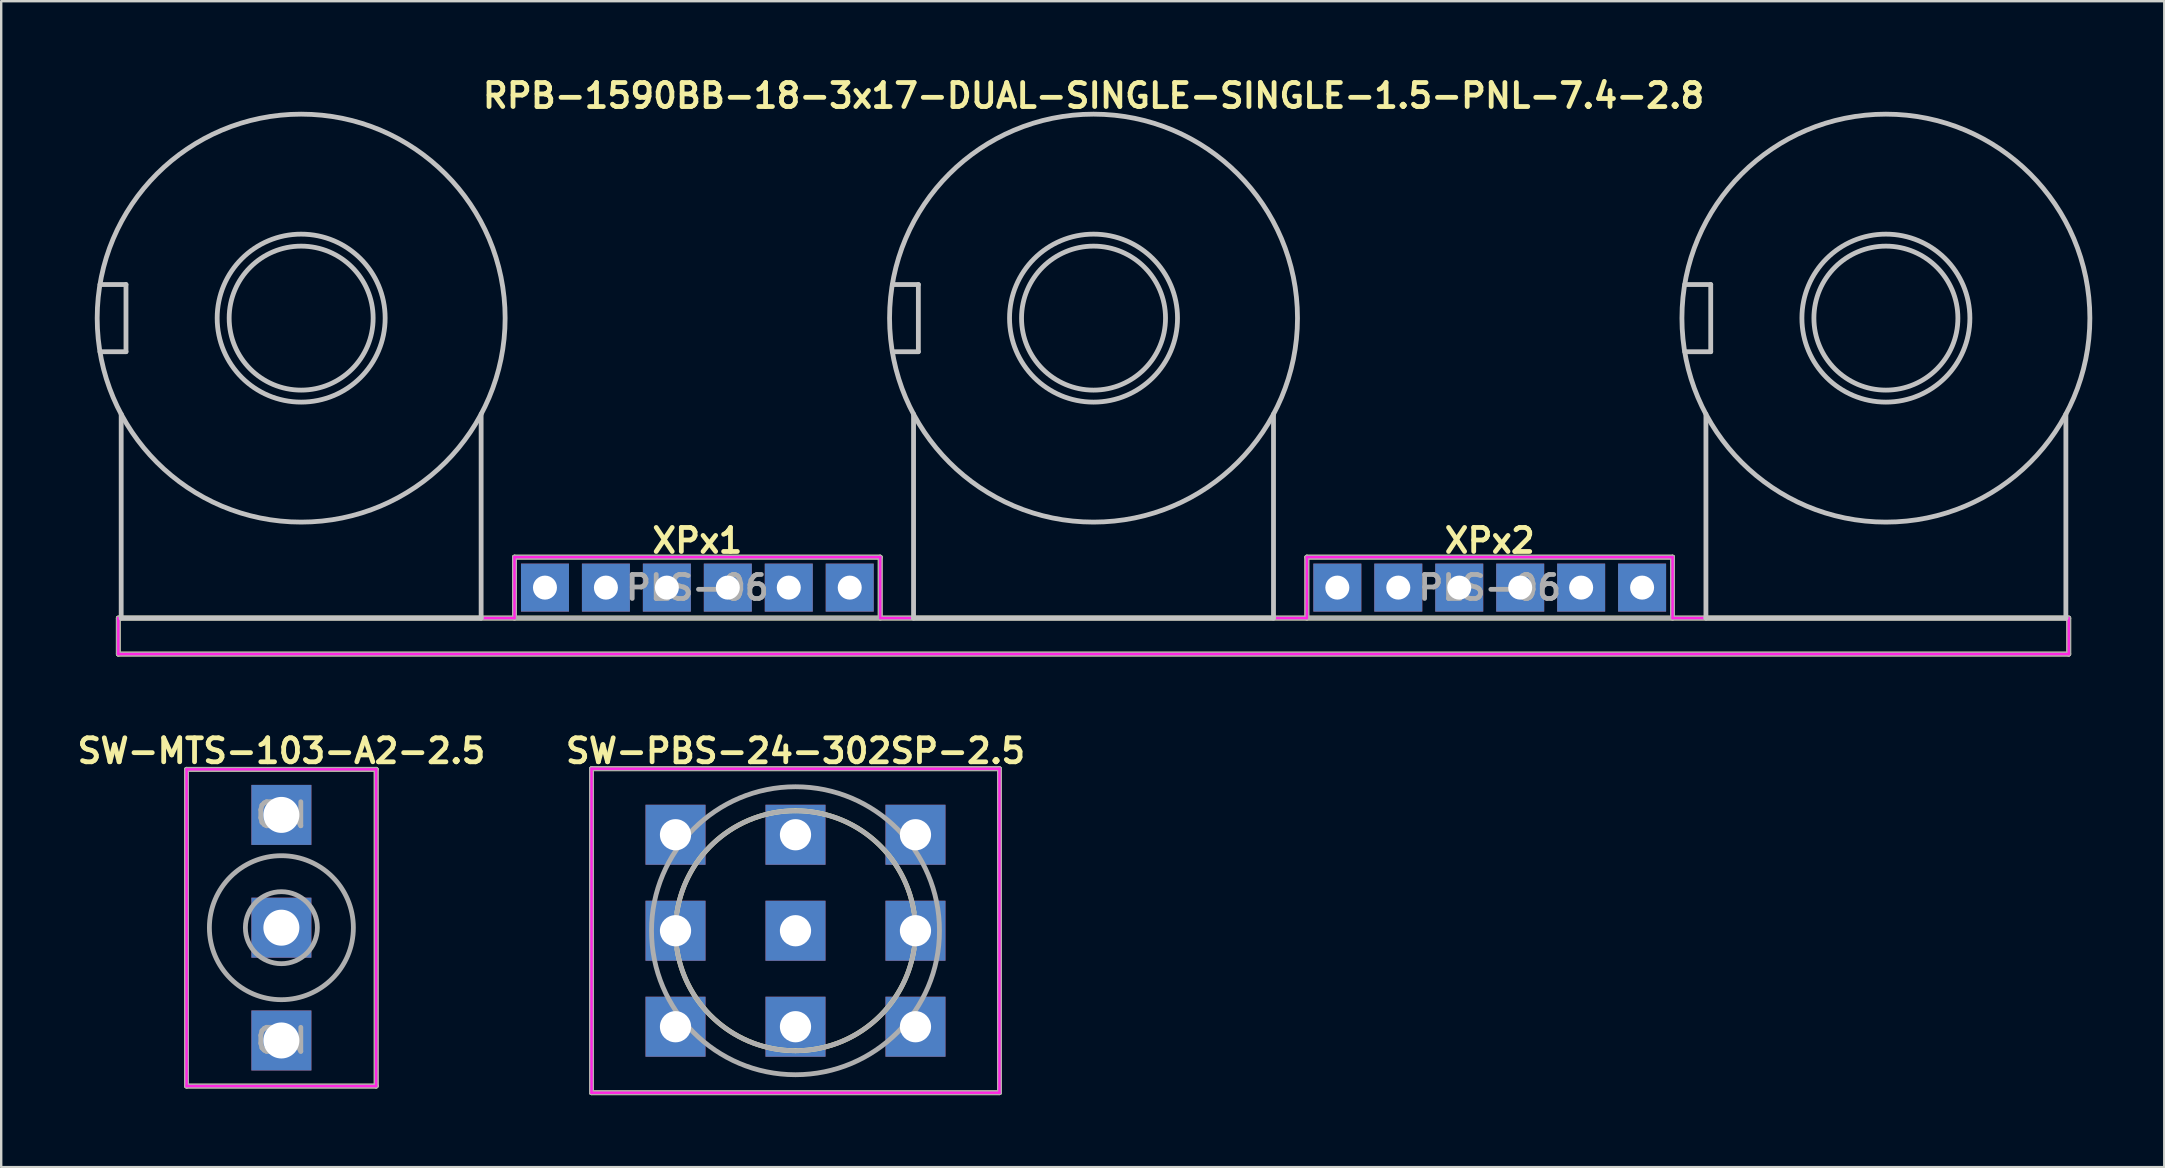
<source format=kicad_pcb>
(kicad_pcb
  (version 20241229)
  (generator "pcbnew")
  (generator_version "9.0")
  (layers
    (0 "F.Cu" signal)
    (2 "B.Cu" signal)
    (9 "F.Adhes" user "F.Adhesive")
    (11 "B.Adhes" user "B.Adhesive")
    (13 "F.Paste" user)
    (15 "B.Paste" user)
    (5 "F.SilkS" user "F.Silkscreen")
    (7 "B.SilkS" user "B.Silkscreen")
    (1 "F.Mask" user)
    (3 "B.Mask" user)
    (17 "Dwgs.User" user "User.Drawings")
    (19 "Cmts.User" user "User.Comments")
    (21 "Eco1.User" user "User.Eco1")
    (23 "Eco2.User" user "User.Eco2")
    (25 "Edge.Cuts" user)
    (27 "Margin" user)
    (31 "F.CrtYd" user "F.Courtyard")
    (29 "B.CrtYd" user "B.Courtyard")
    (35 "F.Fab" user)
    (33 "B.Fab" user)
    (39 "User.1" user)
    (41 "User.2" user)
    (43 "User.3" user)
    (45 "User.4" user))
  (footprint "RPB-1590BB-18-3x17-DUAL-SINGLE-SINGLE-1.5-PNL-7.4-2.8"
    (layer "F.Cu")
    (at 42.52 10.207)
    (property "Reference" "RPB-1590BB-18-3x17-DUAL-SINGLE-SINGLE-1.5-PNL-7.4-2.8" (at 0 -9.271 0) (layer "F.SilkS") (effects (font (size 1 1) (thickness 0.2))))
    (attr through_hole)
    (fp_line (start -40.64 12.5) (end -40.64 14) (stroke (width 0.2) (type solid)) (layer "F.SilkS"))
    (fp_line (start -40.64 12.5) (end 40.64 12.5) (stroke (width 0.2) (type solid)) (layer "F.SilkS"))
    (fp_line (start -40.64 14) (end 40.64 14) (stroke (width 0.2) (type solid)) (layer "F.SilkS"))
    (fp_line (start -24.13 9.96) (end -24.13 12.5) (stroke (width 0.2) (type solid)) (layer "F.SilkS"))
    (fp_line (start -24.13 9.96) (end -8.89 9.96) (stroke (width 0.2) (type solid)) (layer "F.SilkS"))
    (fp_line (start -8.89 9.96) (end -8.89 12.5) (stroke (width 0.2) (type solid)) (layer "F.SilkS"))
    (fp_line (start 8.89 9.96) (end 8.89 12.5) (stroke (width 0.2) (type solid)) (layer "F.SilkS"))
    (fp_line (start 8.89 9.96) (end 24.13 9.96) (stroke (width 0.2) (type solid)) (layer "F.SilkS"))
    (fp_line (start 24.13 9.96) (end 24.13 12.5) (stroke (width 0.2) (type solid)) (layer "F.SilkS"))
    (fp_line (start 40.64 12.5) (end 40.64 14) (stroke (width 0.2) (type solid)) (layer "F.SilkS"))
    (fp_line (start -41.404 -1.4) (end -40.32 -1.4) (stroke (width 0.2) (type solid)) (layer "Dwgs.User"))
    (fp_line (start -41.404 1.4) (end -40.32 1.4) (stroke (width 0.2) (type solid)) (layer "Dwgs.User"))
    (fp_line (start -40.52 4) (end -40.52 12.5) (stroke (width 0.2) (type solid)) (layer "Dwgs.User"))
    (fp_line (start -40.52 12.5) (end -25.52 12.5) (stroke (width 0.2) (type solid)) (layer "Dwgs.User"))
    (fp_line (start -40.32 -1.4) (end -40.32 1.4) (stroke (width 0.2) (type solid)) (layer "Dwgs.User"))
    (fp_line (start -25.52 4) (end -25.52 12.5) (stroke (width 0.2) (type solid)) (layer "Dwgs.User"))
    (fp_line (start -8.384 -1.4) (end -7.3 -1.4) (stroke (width 0.2) (type solid)) (layer "Dwgs.User"))
    (fp_line (start -8.384 1.4) (end -7.3 1.4) (stroke (width 0.2) (type solid)) (layer "Dwgs.User"))
    (fp_line (start -7.5 4) (end -7.5 12.5) (stroke (width 0.2) (type solid)) (layer "Dwgs.User"))
    (fp_line (start -7.5 12.5) (end 7.5 12.5) (stroke (width 0.2) (type solid)) (layer "Dwgs.User"))
    (fp_line (start -7.3 -1.4) (end -7.3 1.4) (stroke (width 0.2) (type solid)) (layer "Dwgs.User"))
    (fp_line (start 7.5 4) (end 7.5 12.5) (stroke (width 0.2) (type solid)) (layer "Dwgs.User"))
    (fp_line (start 24.636 -1.4) (end 25.72 -1.4) (stroke (width 0.2) (type solid)) (layer "Dwgs.User"))
    (fp_line (start 24.636 1.4) (end 25.72 1.4) (stroke (width 0.2) (type solid)) (layer "Dwgs.User"))
    (fp_line (start 25.52 4) (end 25.52 12.5) (stroke (width 0.2) (type solid)) (layer "Dwgs.User"))
    (fp_line (start 25.52 12.5) (end 40.52 12.5) (stroke (width 0.2) (type solid)) (layer "Dwgs.User"))
    (fp_line (start 25.72 -1.4) (end 25.72 1.4) (stroke (width 0.2) (type solid)) (layer "Dwgs.User"))
    (fp_line (start 40.52 4) (end 40.52 12.5) (stroke (width 0.2) (type solid)) (layer "Dwgs.User"))
    (fp_circle (center -33.02 0) (end -30.02 0) (stroke (width 0.2) (type solid)) (fill no) (layer "Dwgs.User"))
    (fp_circle (center -33.02 0) (end -29.52 0) (stroke (width 0.2) (type solid)) (fill no) (layer "Dwgs.User"))
    (fp_circle (center -33.02 0) (end -24.52 0) (stroke (width 0.2) (type solid)) (fill no) (layer "Dwgs.User"))
    (fp_circle (center 0 0) (end 3 0) (stroke (width 0.2) (type solid)) (fill no) (layer "Dwgs.User"))
    (fp_circle (center 0 0) (end 3.5 0) (stroke (width 0.2) (type solid)) (fill no) (layer "Dwgs.User"))
    (fp_circle (center 0 0) (end 8.5 0) (stroke (width 0.2) (type solid)) (fill no) (layer "Dwgs.User"))
    (fp_circle (center 33.02 0) (end 36.02 0) (stroke (width 0.2) (type solid)) (fill no) (layer "Dwgs.User"))
    (fp_circle (center 33.02 0) (end 36.52 0) (stroke (width 0.2) (type solid)) (fill no) (layer "Dwgs.User"))
    (fp_circle (center 33.02 0) (end 41.52 0) (stroke (width 0.2) (type solid)) (fill no) (layer "Dwgs.User"))
    (fp_circle (center -40.92 0) (end -39.52 0) (stroke (width 0.4) (type solid)) (fill no) (layer "Eco1.User"))
    (fp_circle (center -33.02 0) (end -29.32 0) (stroke (width 0.4) (type solid)) (fill no) (layer "Eco1.User"))
    (fp_circle (center -7.9 0) (end -6.5 0) (stroke (width 0.4) (type solid)) (fill no) (layer "Eco1.User"))
    (fp_circle (center 0 0) (end 3.7 0) (stroke (width 0.4) (type solid)) (fill no) (layer "Eco1.User"))
    (fp_circle (center 25.12 0) (end 26.52 0) (stroke (width 0.4) (type solid)) (fill no) (layer "Eco1.User"))
    (fp_circle (center 33.02 0) (end 36.72 0) (stroke (width 0.4) (type solid)) (fill no) (layer "Eco1.User"))
    (fp_line (start -40.64 12.5) (end -40.64 14) (stroke (width 0.1) (type solid)) (layer "F.CrtYd"))
    (fp_line (start -40.64 12.5) (end -24.13 12.5) (stroke (width 0.1) (type solid)) (layer "F.CrtYd"))
    (fp_line (start -40.64 14) (end 40.64 14) (stroke (width 0.1) (type solid)) (layer "F.CrtYd"))
    (fp_line (start -24.13 9.96) (end -24.13 12.5) (stroke (width 0.1) (type solid)) (layer "F.CrtYd"))
    (fp_line (start -24.13 9.96) (end -8.89 9.96) (stroke (width 0.1) (type solid)) (layer "F.CrtYd"))
    (fp_line (start -8.89 9.96) (end -8.89 12.5) (stroke (width 0.1) (type solid)) (layer "F.CrtYd"))
    (fp_line (start -8.89 12.5) (end 8.89 12.5) (stroke (width 0.1) (type solid)) (layer "F.CrtYd"))
    (fp_line (start 8.89 9.96) (end 8.89 12.5) (stroke (width 0.1) (type solid)) (layer "F.CrtYd"))
    (fp_line (start 8.89 9.96) (end 24.13 9.96) (stroke (width 0.1) (type solid)) (layer "F.CrtYd"))
    (fp_line (start 24.13 9.96) (end 24.13 12.5) (stroke (width 0.1) (type solid)) (layer "F.CrtYd"))
    (fp_line (start 24.13 12.5) (end 40.64 12.5) (stroke (width 0.1) (type solid)) (layer "F.CrtYd"))
    (fp_line (start 40.64 12.5) (end 40.64 14) (stroke (width 0.1) (type solid)) (layer "F.CrtYd"))
    (fp_line (start -40.64 12.5) (end -40.64 14) (stroke (width 0.2) (type solid)) (layer "F.Fab"))
    (fp_line (start -40.64 12.5) (end 40.64 12.5) (stroke (width 0.2) (type solid)) (layer "F.Fab"))
    (fp_line (start -40.64 14) (end 40.64 14) (stroke (width 0.2) (type solid)) (layer "F.Fab"))
    (fp_line (start -24.13 9.96) (end -24.13 12.5) (stroke (width 0.2) (type solid)) (layer "F.Fab"))
    (fp_line (start -24.13 9.96) (end -8.89 9.96) (stroke (width 0.2) (type solid)) (layer "F.Fab"))
    (fp_line (start -8.89 9.96) (end -8.89 12.5) (stroke (width 0.2) (type solid)) (layer "F.Fab"))
    (fp_line (start 8.89 9.96) (end 8.89 12.5) (stroke (width 0.2) (type solid)) (layer "F.Fab"))
    (fp_line (start 8.89 9.96) (end 24.13 9.96) (stroke (width 0.2) (type solid)) (layer "F.Fab"))
    (fp_line (start 24.13 9.96) (end 24.13 12.5) (stroke (width 0.2) (type solid)) (layer "F.Fab"))
    (fp_line (start 40.64 12.5) (end 40.64 14) (stroke (width 0.2) (type solid)) (layer "F.Fab"))
    (fp_text user "XPx1" (at -16.51 9.271 0) (layer "F.SilkS") (effects (font (size 1 1) (thickness 0.2))))
    (fp_text user "XPx2" (at 16.51 9.271 0) (layer "F.SilkS") (effects (font (size 1 1) (thickness 0.2))))
    (fp_text user "PLS-06" (at 16.51 11.23 0) (layer "F.Fab") (effects (font (size 1 1) (thickness 0.2))))
    (fp_text user "PLS-06" (at -16.51 11.23 0) (layer "F.Fab") (effects (font (size 1 1) (thickness 0.2))))
    (pad "11" thru_hole rect (at -12.7 11.23) (size 2 2) (drill 1) (layers "B.Cu" "B.Mask"))
    (pad "12" thru_hole rect (at -17.78 11.23) (size 2 2) (drill 1) (layers "B.Cu" "B.Mask"))
    (pad "13" thru_hole rect (at -22.86 11.23) (size 2 2) (drill 1) (layers "B.Cu" "B.Mask"))
    (pad "14" thru_hole rect (at -10.16 11.23) (size 2 2) (drill 1) (layers "B.Cu" "B.Mask"))
    (pad "15" thru_hole rect (at -15.24 11.23) (size 2 2) (drill 1) (layers "B.Cu" "B.Mask"))
    (pad "16" thru_hole rect (at -20.32 11.23) (size 2 2) (drill 1) (layers "B.Cu" "B.Mask"))
    (pad "21" thru_hole rect (at 15.24 11.23) (size 2 2) (drill 1) (layers "B.Cu" "B.Mask"))
    (pad "22" thru_hole rect (at 12.7 11.23) (size 2 2) (drill 1) (layers "B.Cu" "B.Mask"))
    (pad "23" thru_hole rect (at 10.16 11.23) (size 2 2) (drill 1) (layers "B.Cu" "B.Mask"))
    (pad "31" thru_hole rect (at 22.86 11.23) (size 2 2) (drill 1) (layers "B.Cu" "B.Mask"))
    (pad "32" thru_hole rect (at 20.32 11.23) (size 2 2) (drill 1) (layers "B.Cu" "B.Mask"))
    (pad "33" thru_hole rect (at 17.78 11.23) (size 2 2) (drill 1) (layers "B.Cu" "B.Mask")))
  (footprint "SW-PBS-24-302SP-2.5"
    (layer "F.Cu")
    (at 30.1 35.736)
    (property "Reference" "SW-PBS-24-302SP-2.5" (at 0 -7.493 0) (layer "F.SilkS") (effects (font (size 1 1) (thickness 0.2))))
    (attr through_hole)
    (fp_line (start -8.5 -6.75) (end -8.5 6.75) (stroke (width 0.2) (type solid)) (layer "F.SilkS"))
    (fp_line (start -8.5 -6.75) (end 8.5 -6.75) (stroke (width 0.2) (type solid)) (layer "F.SilkS"))
    (fp_line (start -8.5 6.75) (end 8.5 6.75) (stroke (width 0.2) (type solid)) (layer "F.SilkS"))
    (fp_line (start 8.5 -6.75) (end 8.5 6.75) (stroke (width 0.2) (type solid)) (layer "F.SilkS"))
    (fp_arc (start -4.941858 -0.760286) (mid -3.255654 -3.794827) (end 0 -5) (stroke (width 0.2) (type solid)) (layer "F.SilkS"))
    (fp_arc (start 0 -5) (mid 3.257183 -3.793516) (end 4.942469 -0.756304) (stroke (width 0.2) (type solid)) (layer "F.SilkS"))
    (fp_arc (start 0 5) (mid -3.255654 3.794827) (end -4.941858 0.760286) (stroke (width 0.2) (type solid)) (layer "F.SilkS"))
    (fp_arc (start 4.942469 0.756304) (mid 3.257183 3.793515) (end 0 5) (stroke (width 0.2) (type solid)) (layer "F.SilkS"))
    (fp_circle (center 0 0) (end 6.5 0) (stroke (width 0.4) (type solid)) (fill no) (layer "Eco1.User"))
    (fp_line (start -8.5 -6.75) (end -8.5 6.75) (stroke (width 0.1) (type solid)) (layer "F.CrtYd"))
    (fp_line (start -8.5 -6.75) (end 8.5 -6.75) (stroke (width 0.1) (type solid)) (layer "F.CrtYd"))
    (fp_line (start -8.5 6.75) (end 8.5 6.75) (stroke (width 0.1) (type solid)) (layer "F.CrtYd"))
    (fp_line (start 8.5 -6.75) (end 8.5 6.75) (stroke (width 0.1) (type solid)) (layer "F.CrtYd"))
    (fp_line (start -8.5 -6.75) (end -8.5 6.75) (stroke (width 0.2) (type solid)) (layer "F.Fab"))
    (fp_line (start -8.5 -6.75) (end 8.5 -6.75) (stroke (width 0.2) (type solid)) (layer "F.Fab"))
    (fp_line (start -8.5 6.75) (end 8.5 6.75) (stroke (width 0.2) (type solid)) (layer "F.Fab"))
    (fp_line (start 8.5 -6.75) (end 8.5 6.75) (stroke (width 0.2) (type solid)) (layer "F.Fab"))
    (fp_circle (center 0 0) (end 5 0) (stroke (width 0.2) (type solid)) (fill no) (layer "F.Fab"))
    (fp_circle (center 0 0) (end 6 0) (stroke (width 0.2) (type solid)) (fill no) (layer "F.Fab"))
    (pad "COM1" thru_hole rect (at -5 0) (size 2.5 2.5) (drill 1.3) (layers "B.Cu" "B.Mask"))
    (pad "COM2" thru_hole rect (at 0 0) (size 2.5 2.5) (drill 1.3) (layers "B.Cu" "B.Mask"))
    (pad "COM3" thru_hole rect (at 5 0) (size 2.5 2.5) (drill 1.3) (layers "B.Cu" "B.Mask"))
    (pad "NC1" thru_hole rect (at -5 4) (size 2.5 2.5) (drill 1.3) (layers "B.Cu" "B.Mask"))
    (pad "NC2" thru_hole rect (at 0 4) (size 2.5 2.5) (drill 1.3) (layers "B.Cu" "B.Mask"))
    (pad "NC3" thru_hole rect (at 5 4) (size 2.5 2.5) (drill 1.3) (layers "B.Cu" "B.Mask"))
    (pad "NO1" thru_hole rect (at -5 -4) (size 2.5 2.5) (drill 1.3) (layers "B.Cu" "B.Mask"))
    (pad "NO2" thru_hole rect (at 0 -4) (size 2.5 2.5) (drill 1.3) (layers "B.Cu" "B.Mask"))
    (pad "NO3" thru_hole rect (at 5 -4) (size 2.5 2.5) (drill 1.3) (layers "B.Cu" "B.Mask")))
  (footprint "SW-MTS-103-A2-2.5"
    (layer "F.Cu")
    (at 8.676 35.609)
    (property "Reference" "SW-MTS-103-A2-2.5" (at 0 -7.366 0) (layer "F.SilkS") (effects (font (size 1 1) (thickness 0.2))))
    (attr through_hole)
    (fp_line (start -3.95 -6.6) (end -3.95 6.6) (stroke (width 0.2) (type solid)) (layer "F.SilkS"))
    (fp_line (start -3.95 -6.6) (end 3.95 -6.6) (stroke (width 0.2) (type solid)) (layer "F.SilkS"))
    (fp_line (start -3.95 6.6) (end 3.95 6.6) (stroke (width 0.2) (type solid)) (layer "F.SilkS"))
    (fp_line (start 3.95 -6.6) (end 3.95 6.6) (stroke (width 0.2) (type solid)) (layer "F.SilkS"))
    (fp_circle (center 0 0) (end 3.2 0) (stroke (width 0.4) (type solid)) (fill no) (layer "Eco1.User"))
    (fp_line (start -3.95 -6.6) (end -3.95 6.6) (stroke (width 0.1) (type solid)) (layer "F.CrtYd"))
    (fp_line (start -3.95 -6.6) (end 3.95 -6.6) (stroke (width 0.1) (type solid)) (layer "F.CrtYd"))
    (fp_line (start -3.95 6.6) (end 3.95 6.6) (stroke (width 0.1) (type solid)) (layer "F.CrtYd"))
    (fp_line (start 3.95 -6.6) (end 3.95 6.6) (stroke (width 0.1) (type solid)) (layer "F.CrtYd"))
    (fp_line (start -3.95 -6.6) (end -3.95 6.6) (stroke (width 0.2) (type solid)) (layer "F.Fab"))
    (fp_line (start -3.95 -6.6) (end 3.95 -6.6) (stroke (width 0.2) (type solid)) (layer "F.Fab"))
    (fp_line (start -3.95 6.6) (end 3.95 6.6) (stroke (width 0.2) (type solid)) (layer "F.Fab"))
    (fp_line (start 3.95 -6.6) (end 3.95 6.6) (stroke (width 0.2) (type solid)) (layer "F.Fab"))
    (fp_circle (center 0 0) (end 1.5 0) (stroke (width 0.2) (type solid)) (fill no) (layer "F.Fab"))
    (fp_circle (center 0 0) (end 3 0) (stroke (width 0.2) (type solid)) (fill no) (layer "F.Fab"))
    (fp_text user "ON" (at 0 -4.7 0) (layer "F.Fab") (effects (font (size 1 1) (thickness 0.2))))
    (fp_text user "ON" (at 0 4.7 0) (layer "F.Fab") (effects (font (size 1 1) (thickness 0.2))))
    (pad "COM" thru_hole rect (at 0 0) (size 2.5 2.5) (drill 1.5) (layers "B.Cu" "B.Mask"))
    (pad "NO_1" thru_hole rect (at 0 -4.7) (size 2.5 2.5) (drill 1.5) (layers "B.Cu" "B.Mask"))
    (pad "NO_2" thru_hole rect (at 0 4.7) (size 2.5 2.5) (drill 1.5) (layers "B.Cu" "B.Mask")))
  (gr_rect
    (start -3 -3)
    (end 87.14 45.586)
    (stroke (width 0.1) (type default))
    (fill no)
    (layer "Edge.Cuts")))
</source>
